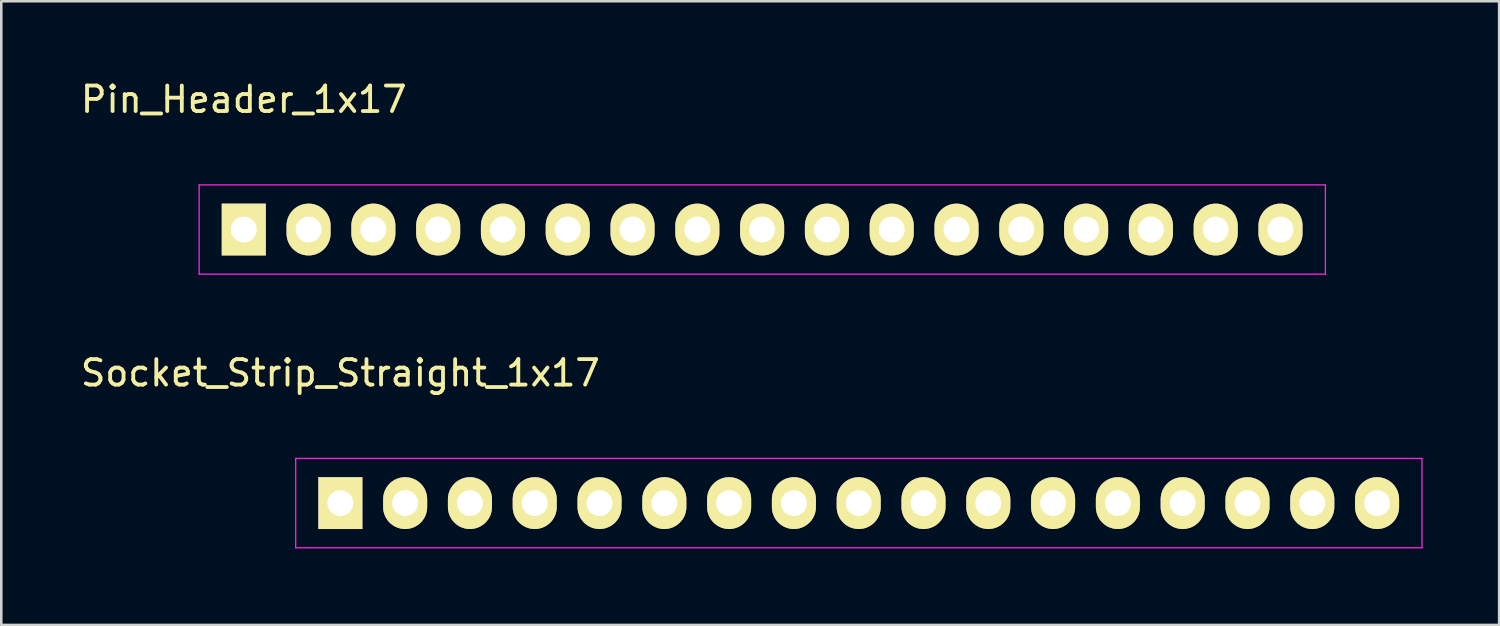
<source format=kicad_pcb>
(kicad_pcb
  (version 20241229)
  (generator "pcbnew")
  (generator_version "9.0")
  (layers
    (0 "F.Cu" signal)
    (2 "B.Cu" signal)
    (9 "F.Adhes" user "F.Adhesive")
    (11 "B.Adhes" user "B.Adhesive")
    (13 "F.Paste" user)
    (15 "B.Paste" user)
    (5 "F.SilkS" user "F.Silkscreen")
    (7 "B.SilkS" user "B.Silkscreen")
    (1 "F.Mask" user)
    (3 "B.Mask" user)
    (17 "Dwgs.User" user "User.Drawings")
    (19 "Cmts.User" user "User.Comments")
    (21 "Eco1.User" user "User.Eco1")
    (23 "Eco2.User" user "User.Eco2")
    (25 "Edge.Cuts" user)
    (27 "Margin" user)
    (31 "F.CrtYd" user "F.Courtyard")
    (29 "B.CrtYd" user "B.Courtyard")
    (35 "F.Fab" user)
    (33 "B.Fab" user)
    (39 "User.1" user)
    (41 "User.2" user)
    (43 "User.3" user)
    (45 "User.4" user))
  (footprint "Socket_Strip_Straight_1x17"
    (layer "F.Cu")
    (at 10.292 16.672)
    (property "Reference" "Socket_Strip_Straight_1x17" (at 0 -5.1 0) (layer "F.SilkS") (effects (font (size 1 1) (thickness 0.15))))
    (attr through_hole)
    (fp_line (start -1.75 -1.75) (end -1.75 1.75) (stroke (width 0.05) (type solid)) (layer "F.CrtYd"))
    (fp_line (start -1.75 -1.75) (end 42.4 -1.75) (stroke (width 0.05) (type solid)) (layer "F.CrtYd"))
    (fp_line (start -1.75 1.75) (end 42.4 1.75) (stroke (width 0.05) (type solid)) (layer "F.CrtYd"))
    (fp_line (start 42.4 -1.75) (end 42.4 1.75) (stroke (width 0.05) (type solid)) (layer "F.CrtYd"))
    (pad "1" thru_hole rect (at 0 0) (size 1.727 2.032) (drill 1.016) (layers "*.Cu" "*.Mask" "F.SilkS"))
    (pad "2" thru_hole oval (at 2.54 0) (size 1.727 2.032) (drill 1.016) (layers "*.Cu" "*.Mask" "F.SilkS"))
    (pad "3" thru_hole oval (at 5.08 0) (size 1.727 2.032) (drill 1.016) (layers "*.Cu" "*.Mask" "F.SilkS"))
    (pad "4" thru_hole oval (at 7.62 0) (size 1.727 2.032) (drill 1.016) (layers "*.Cu" "*.Mask" "F.SilkS"))
    (pad "5" thru_hole oval (at 10.16 0) (size 1.727 2.032) (drill 1.016) (layers "*.Cu" "*.Mask" "F.SilkS"))
    (pad "6" thru_hole oval (at 12.7 0) (size 1.727 2.032) (drill 1.016) (layers "*.Cu" "*.Mask" "F.SilkS"))
    (pad "7" thru_hole oval (at 15.24 0) (size 1.727 2.032) (drill 1.016) (layers "*.Cu" "*.Mask" "F.SilkS"))
    (pad "8" thru_hole oval (at 17.78 0) (size 1.727 2.032) (drill 1.016) (layers "*.Cu" "*.Mask" "F.SilkS"))
    (pad "9" thru_hole oval (at 20.32 0) (size 1.727 2.032) (drill 1.016) (layers "*.Cu" "*.Mask" "F.SilkS"))
    (pad "10" thru_hole oval (at 22.86 0) (size 1.727 2.032) (drill 1.016) (layers "*.Cu" "*.Mask" "F.SilkS"))
    (pad "11" thru_hole oval (at 25.4 0) (size 1.727 2.032) (drill 1.016) (layers "*.Cu" "*.Mask" "F.SilkS"))
    (pad "12" thru_hole oval (at 27.94 0) (size 1.727 2.032) (drill 1.016) (layers "*.Cu" "*.Mask" "F.SilkS"))
    (pad "13" thru_hole oval (at 30.48 0) (size 1.727 2.032) (drill 1.016) (layers "*.Cu" "*.Mask" "F.SilkS"))
    (pad "14" thru_hole oval (at 33.02 0) (size 1.727 2.032) (drill 1.016) (layers "*.Cu" "*.Mask" "F.SilkS"))
    (pad "15" thru_hole oval (at 35.56 0) (size 1.727 2.032) (drill 1.016) (layers "*.Cu" "*.Mask" "F.SilkS"))
    (pad "16" thru_hole oval (at 38.1 0) (size 1.727 2.032) (drill 1.016) (layers "*.Cu" "*.Mask" "F.SilkS"))
    (pad "17" thru_hole oval (at 40.64 0) (size 1.727 2.032) (drill 1.016) (layers "*.Cu" "*.Mask" "F.SilkS")))
  (footprint "Pin_Header_1x17"
    (layer "F.Cu")
    (at 6.506 5.948)
    (property "Reference" "Pin_Header_1x17" (at 0 -5.1 0) (layer "F.SilkS") (effects (font (size 1 1) (thickness 0.15))))
    (attr through_hole)
    (fp_line (start -1.75 -1.75) (end -1.75 1.75) (stroke (width 0.05) (type solid)) (layer "F.CrtYd"))
    (fp_line (start -1.75 -1.75) (end 42.4 -1.75) (stroke (width 0.05) (type solid)) (layer "F.CrtYd"))
    (fp_line (start -1.75 1.75) (end 42.4 1.75) (stroke (width 0.05) (type solid)) (layer "F.CrtYd"))
    (fp_line (start 42.4 -1.75) (end 42.4 1.75) (stroke (width 0.05) (type solid)) (layer "F.CrtYd"))
    (pad "1" thru_hole rect (at 0 0) (size 1.727 2.032) (drill 1.016) (layers "*.Cu" "*.Mask" "F.SilkS"))
    (pad "2" thru_hole oval (at 2.54 0) (size 1.727 2.032) (drill 1.016) (layers "*.Cu" "*.Mask" "F.SilkS"))
    (pad "3" thru_hole oval (at 5.08 0) (size 1.727 2.032) (drill 1.016) (layers "*.Cu" "*.Mask" "F.SilkS"))
    (pad "4" thru_hole oval (at 7.62 0) (size 1.727 2.032) (drill 1.016) (layers "*.Cu" "*.Mask" "F.SilkS"))
    (pad "5" thru_hole oval (at 10.16 0) (size 1.727 2.032) (drill 1.016) (layers "*.Cu" "*.Mask" "F.SilkS"))
    (pad "6" thru_hole oval (at 12.7 0) (size 1.727 2.032) (drill 1.016) (layers "*.Cu" "*.Mask" "F.SilkS"))
    (pad "7" thru_hole oval (at 15.24 0) (size 1.727 2.032) (drill 1.016) (layers "*.Cu" "*.Mask" "F.SilkS"))
    (pad "8" thru_hole oval (at 17.78 0) (size 1.727 2.032) (drill 1.016) (layers "*.Cu" "*.Mask" "F.SilkS"))
    (pad "9" thru_hole oval (at 20.32 0) (size 1.727 2.032) (drill 1.016) (layers "*.Cu" "*.Mask" "F.SilkS"))
    (pad "10" thru_hole oval (at 22.86 0) (size 1.727 2.032) (drill 1.016) (layers "*.Cu" "*.Mask" "F.SilkS"))
    (pad "11" thru_hole oval (at 25.4 0) (size 1.727 2.032) (drill 1.016) (layers "*.Cu" "*.Mask" "F.SilkS"))
    (pad "12" thru_hole oval (at 27.94 0) (size 1.727 2.032) (drill 1.016) (layers "*.Cu" "*.Mask" "F.SilkS"))
    (pad "13" thru_hole oval (at 30.48 0) (size 1.727 2.032) (drill 1.016) (layers "*.Cu" "*.Mask" "F.SilkS"))
    (pad "14" thru_hole oval (at 33.02 0) (size 1.727 2.032) (drill 1.016) (layers "*.Cu" "*.Mask" "F.SilkS"))
    (pad "15" thru_hole oval (at 35.56 0) (size 1.727 2.032) (drill 1.016) (layers "*.Cu" "*.Mask" "F.SilkS"))
    (pad "16" thru_hole oval (at 38.1 0) (size 1.727 2.032) (drill 1.016) (layers "*.Cu" "*.Mask" "F.SilkS"))
    (pad "17" thru_hole oval (at 40.64 0) (size 1.727 2.032) (drill 1.016) (layers "*.Cu" "*.Mask" "F.SilkS")))
  (gr_rect
    (start -3 -3)
    (end 55.717 21.447)
    (stroke (width 0.1) (type default))
    (fill no)
    (layer "Edge.Cuts")))
</source>
